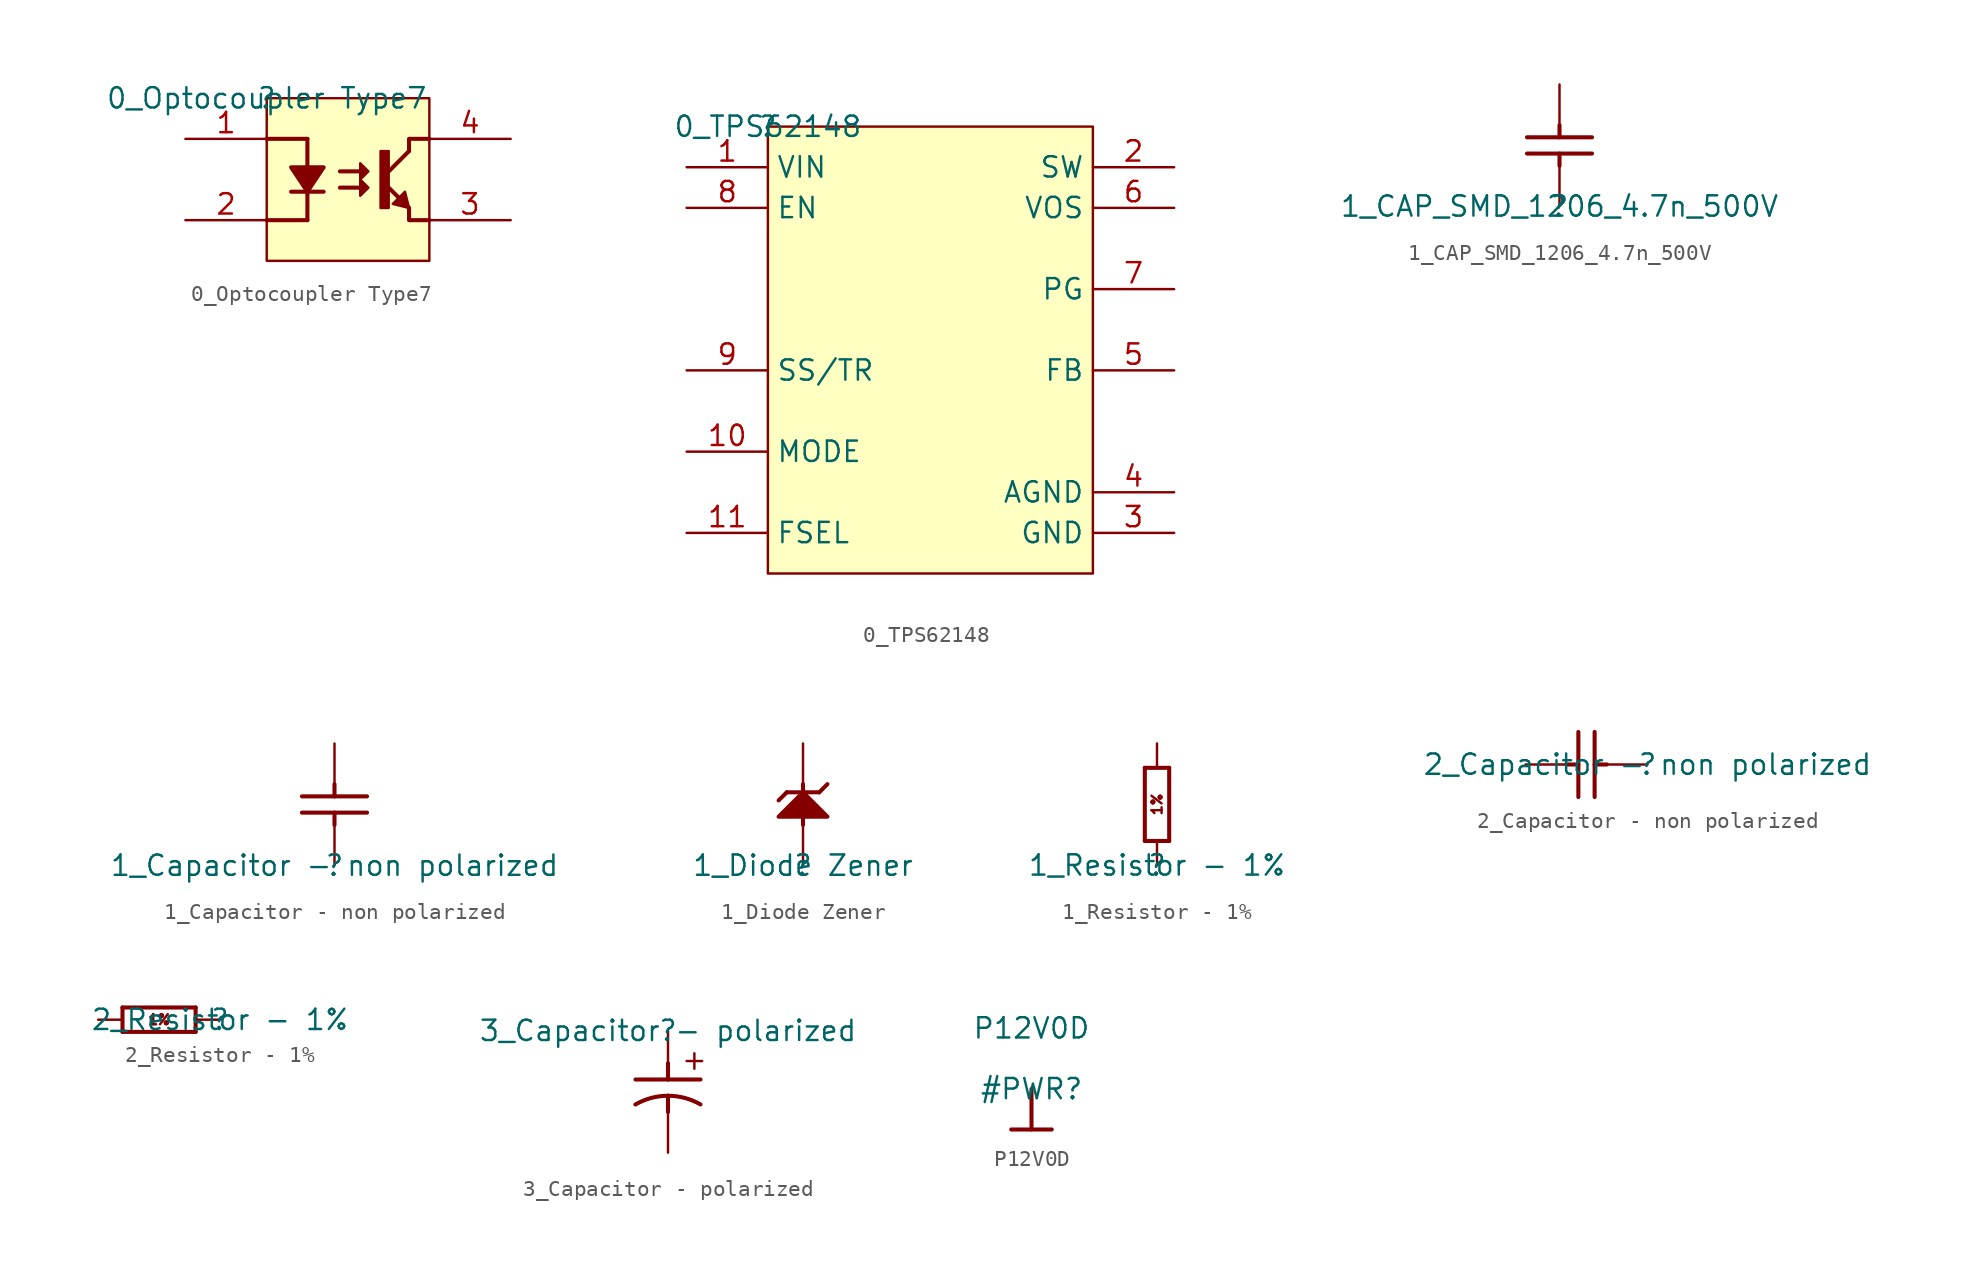
<source format=kicad_sym>
(kicad_symbol_lib
  (version 20220331)
  (generator kicad_symbol_editor)
  (symbol "0_Optocoupler Type7"
    (property "Reference" ""
      (at 0 0 0)
      (effects (font (size 1.27 1.27))))
    (property "Value" "0_Optocoupler Type7"
      (at 0 0 0)
      (effects (font (size 1.27 1.27))))
    (symbol "0_Optocoupler Type7_1_0"
      (polyline (pts (xy 0 -7.62) (xy 2.54 -7.62)) (stroke (width 0.254) (type solid)) (fill (type none)))
      (polyline (pts (xy 0 -2.54) (xy 2.54 -2.54)) (stroke (width 0.254) (type solid)) (fill (type none)))
      (polyline (pts (xy 2.54 -2.54) (xy 2.54 -7.62)) (stroke (width 0.254) (type solid)) (fill (type none)))
      (polyline (pts (xy 3.556 -5.842) (xy 1.524 -5.842)) (stroke (width 0.254) (type solid)) (fill (type none)))
      (polyline (pts (xy 4.572 -5.588) (xy 5.842 -5.588)) (stroke (width 0.254) (type solid)) (fill (type none)))
      (polyline (pts (xy 4.572 -4.572) (xy 5.842 -4.572)) (stroke (width 0.254) (type solid)) (fill (type none)))
      (polyline (pts (xy 7.366 -5.334) (xy 8.89 -6.858)) (stroke (width 0.254) (type solid)) (fill (type none)))
      (polyline (pts (xy 7.366 -4.826) (xy 8.89 -3.302)) (stroke (width 0.254) (type solid)) (fill (type none)))
      (polyline (pts (xy 10.16 -7.62) (xy 8.89 -7.62) (xy 8.89 -6.858)) (stroke (width 0.254) (type solid)) (fill (type none)))
      (polyline (pts (xy 10.16 -2.54) (xy 8.89 -2.54) (xy 8.89 -3.302)) (stroke (width 0.254) (type solid)) (fill (type none)))
      (polyline (pts (xy 1.524 -4.318) (xy 2.54 -5.842) (xy 3.556 -4.318) (xy 1.524 -4.318)) (stroke (width 0.254) (type solid)) (fill (type outline)))
      (polyline (pts (xy 5.842 -5.08) (xy 5.842 -6.096) (xy 6.35 -5.588) (xy 5.842 -5.08)) (stroke (width 0) (type solid)) (fill (type outline)))
      (polyline (pts (xy 5.842 -4.064) (xy 5.842 -5.08) (xy 6.35 -4.572) (xy 5.842 -4.064)) (stroke (width 0) (type solid)) (fill (type outline)))
      (polyline (pts (xy 8.636 -5.842) (xy 7.874 -6.604) (xy 8.89 -6.858) (xy 8.636 -5.842)) (stroke (width 0) (type solid)) (fill (type outline)))
      (polyline (pts (xy 7.112 -6.858) (xy 7.62 -6.858) (xy 7.62 -3.302) (xy 7.112 -3.302) (xy 7.112 -6.858)) (stroke (width 0) (type solid)) (fill (type outline)))
      (rectangle (start 10.16 0) (end 0 -10.16) (stroke (width 0) (type solid)) (fill (type background)))
      (pin input line (at -5.08 -2.54 0) (length 5.08) (name "A" (effects (font (size 0 0)))) (number "1" (effects (font (size 1.27 1.27)))))
      (pin input line (at -5.08 -7.62 0) (length 5.08) (name "C" (effects (font (size 0 0)))) (number "2" (effects (font (size 1.27 1.27)))))
      (pin open_emitter line (at 15.24 -7.62 180) (length 5.08) (name "E" (effects (font (size 0 0)))) (number "3" (effects (font (size 1.27 1.27)))))
      (pin open_collector line (at 15.24 -2.54 180) (length 5.08) (name "C" (effects (font (size 0 0)))) (number "4" (effects (font (size 1.27 1.27)))))))
  (symbol "0_TPS62148"
    (property "Reference" ""
      (at 0 0 0)
      (effects (font (size 1.27 1.27))))
    (property "Value" "0_TPS62148"
      (at 0 0 0)
      (effects (font (size 1.27 1.27))))
    (symbol "0_TPS62148_1_0"
      (rectangle (start 20.32 0) (end 0 -27.94) (stroke (width 0) (type solid)) (fill (type background)))
      (pin input line (at -5.08 -2.54 0) (length 5.08) (name "VIN" (effects (font (size 1.27 1.27)))) (number "1" (effects (font (size 1.27 1.27)))))
      (pin input line (at -5.08 -20.32 0) (length 5.08) (name "MODE" (effects (font (size 1.27 1.27)))) (number "10" (effects (font (size 1.27 1.27)))))
      (pin input line (at -5.08 -25.4 0) (length 5.08) (name "FSEL" (effects (font (size 1.27 1.27)))) (number "11" (effects (font (size 1.27 1.27)))))
      (pin output line (at 25.4 -2.54 180) (length 5.08) (name "SW" (effects (font (size 1.27 1.27)))) (number "2" (effects (font (size 1.27 1.27)))))
      (pin power_in line (at 25.4 -25.4 180) (length 5.08) (name "GND" (effects (font (size 1.27 1.27)))) (number "3" (effects (font (size 1.27 1.27)))))
      (pin power_in line (at 25.4 -22.86 180) (length 5.08) (name "AGND" (effects (font (size 1.27 1.27)))) (number "4" (effects (font (size 1.27 1.27)))))
      (pin input line (at 25.4 -15.24 180) (length 5.08) (name "FB" (effects (font (size 1.27 1.27)))) (number "5" (effects (font (size 1.27 1.27)))))
      (pin input line (at 25.4 -5.08 180) (length 5.08) (name "VOS" (effects (font (size 1.27 1.27)))) (number "6" (effects (font (size 1.27 1.27)))))
      (pin output line (at 25.4 -10.16 180) (length 5.08) (name "PG" (effects (font (size 1.27 1.27)))) (number "7" (effects (font (size 1.27 1.27)))))
      (pin input line (at -5.08 -5.08 0) (length 5.08) (name "EN" (effects (font (size 1.27 1.27)))) (number "8" (effects (font (size 1.27 1.27)))))
      (pin input line (at -5.08 -15.24 0) (length 5.08) (name "SS/TR" (effects (font (size 1.27 1.27)))) (number "9" (effects (font (size 1.27 1.27)))))))
  (symbol "1_CAP_SMD_1206_4.7n_500V"
    (property "Reference" ""
      (at 0 0 0)
      (effects (font (size 1.27 1.27))))
    (property "Value" "1_CAP_SMD_1206_4.7n_500V"
      (at 0 0 0)
      (effects (font (size 1.27 1.27))))
    (symbol "1_CAP_SMD_1206_4.7n_500V_1_0"
      (polyline (pts (xy -2.032 4.318) (xy 2.032 4.318)) (stroke (width 0.254) (type solid)) (fill (type none)))
      (polyline (pts (xy 0 2.54) (xy 0 3.302)) (stroke (width 0.254) (type solid)) (fill (type none)))
      (polyline (pts (xy 0 5.08) (xy 0 4.318)) (stroke (width 0.254) (type solid)) (fill (type none)))
      (polyline (pts (xy 2.032 3.302) (xy -2.032 3.302)) (stroke (width 0.254) (type solid)) (fill (type none)))
      (pin passive line (at 0 0 90) (length 2.54) (name "1" (effects (font (size 0 0)))) (number "1" (effects (font (size 0 0)))))
      (pin passive line (at 0 7.62 270) (length 2.54) (name "2" (effects (font (size 0 0)))) (number "2" (effects (font (size 0 0)))))))
  (symbol "1_Capacitor - non polarized"
    (property "Reference" ""
      (at 0 0 0)
      (effects (font (size 1.27 1.27))))
    (property "Value" "1_Capacitor - non polarized"
      (at 0 0 0)
      (effects (font (size 1.27 1.27))))
    (symbol "1_Capacitor - non polarized_1_0"
      (polyline (pts (xy -2.032 4.318) (xy 2.032 4.318)) (stroke (width 0.254) (type solid)) (fill (type none)))
      (polyline (pts (xy 0 2.54) (xy 0 3.302)) (stroke (width 0.254) (type solid)) (fill (type none)))
      (polyline (pts (xy 0 5.08) (xy 0 4.318)) (stroke (width 0.254) (type solid)) (fill (type none)))
      (polyline (pts (xy 2.032 3.302) (xy -2.032 3.302)) (stroke (width 0.254) (type solid)) (fill (type none)))
      (pin passive line (at 0 0 90) (length 2.54) (name "1" (effects (font (size 0 0)))) (number "1" (effects (font (size 0 0)))))
      (pin passive line (at 0 7.62 270) (length 2.54) (name "2" (effects (font (size 0 0)))) (number "2" (effects (font (size 0 0)))))))
  (symbol "1_Diode Zener"
    (property "Reference" ""
      (at 0 0 0)
      (effects (font (size 1.27 1.27))))
    (property "Value" "1_Diode Zener"
      (at 0 0 0)
      (effects (font (size 1.27 1.27))))
    (symbol "1_Diode Zener_1_0"
      (polyline (pts (xy -1.016 4.572) (xy -1.524 4.064)) (stroke (width 0.254) (type solid)) (fill (type none)))
      (polyline (pts (xy -1.016 4.572) (xy 1.016 4.572)) (stroke (width 0.254) (type solid)) (fill (type none)))
      (polyline (pts (xy 0 2.54) (xy 0 5.08)) (stroke (width 0.254) (type solid)) (fill (type none)))
      (polyline (pts (xy 1.524 5.08) (xy 1.016 4.572)) (stroke (width 0.254) (type solid)) (fill (type none)))
      (polyline (pts (xy 1.524 3.048) (xy 0 4.572) (xy -1.524 3.048) (xy 1.524 3.048)) (stroke (width 0.254) (type solid)) (fill (type outline)))
      (pin passive line (at 0 7.62 270) (length 2.54) (name "C" (effects (font (size 0 0)))) (number "1" (effects (font (size 0 0)))))
      (pin passive line (at 0 0 90) (length 2.54) (name "A" (effects (font (size 0 0)))) (number "2" (effects (font (size 0 0)))))))
  (symbol "1_Resistor - 1%"
    (property "Reference" ""
      (at 0 0 0)
      (effects (font (size 1.27 1.27))))
    (property "Value" "1_Resistor - 1%"
      (at 0 0 0)
      (effects (font (size 1.27 1.27))))
    (symbol "1_Resistor - 1%_1_0"
      (polyline (pts (xy -0.762 1.524) (xy 0.762 1.524)) (stroke (width 0.254) (type solid)) (fill (type none)))
      (polyline (pts (xy -0.762 6.096) (xy -0.762 1.524)) (stroke (width 0.254) (type solid)) (fill (type none)))
      (polyline (pts (xy 0.762 1.524) (xy 0.762 6.096)) (stroke (width 0.254) (type solid)) (fill (type none)))
      (polyline (pts (xy 0.762 6.096) (xy -0.762 6.096)) (stroke (width 0.254) (type solid)) (fill (type none)))
      (text "1%" (at 0 3.81 900) (effects (font (size 0.635 0.635))))
      (pin passive line (at 0 0 90) (length 1.524) (name "1" (effects (font (size 0 0)))) (number "1" (effects (font (size 0 0)))))
      (pin passive line (at 0 7.62 270) (length 1.524) (name "2" (effects (font (size 0 0)))) (number "2" (effects (font (size 0 0)))))))
  (symbol "2_Capacitor - non polarized"
    (property "Reference" ""
      (at 0 0 0)
      (effects (font (size 1.27 1.27))))
    (property "Value" "2_Capacitor - non polarized"
      (at 0 0 0)
      (effects (font (size 1.27 1.27))))
    (symbol "2_Capacitor - non polarized_1_0"
      (polyline (pts (xy -5.08 0) (xy -4.318 0)) (stroke (width 0.254) (type solid)) (fill (type none)))
      (polyline (pts (xy -4.318 -2.032) (xy -4.318 2.032)) (stroke (width 0.254) (type solid)) (fill (type none)))
      (polyline (pts (xy -3.302 2.032) (xy -3.302 -2.032)) (stroke (width 0.254) (type solid)) (fill (type none)))
      (polyline (pts (xy -2.54 0) (xy -3.302 0)) (stroke (width 0.254) (type solid)) (fill (type none)))
      (pin passive line (at 0 0 180) (length 2.54) (name "1" (effects (font (size 0 0)))) (number "1" (effects (font (size 0 0)))))
      (pin passive line (at -7.62 0 0) (length 2.54) (name "2" (effects (font (size 0 0)))) (number "2" (effects (font (size 0 0)))))))
  (symbol "2_Resistor - 1%"
    (property "Reference" ""
      (at 0 0 0)
      (effects (font (size 1.27 1.27))))
    (property "Value" "2_Resistor - 1%"
      (at 0 0 0)
      (effects (font (size 1.27 1.27))))
    (symbol "2_Resistor - 1%_1_0"
      (polyline (pts (xy -6.096 -0.762) (xy -1.524 -0.762)) (stroke (width 0.254) (type solid)) (fill (type none)))
      (polyline (pts (xy -6.096 0.762) (xy -6.096 -0.762)) (stroke (width 0.254) (type solid)) (fill (type none)))
      (polyline (pts (xy -1.524 -0.762) (xy -1.524 0.762)) (stroke (width 0.254) (type solid)) (fill (type none)))
      (polyline (pts (xy -1.524 0.762) (xy -6.096 0.762)) (stroke (width 0.254) (type solid)) (fill (type none)))
      (text "1%" (at -3.81 0 0) (effects (font (size 0.635 0.635))))
      (pin passive line (at 0 0 180) (length 1.524) (name "1" (effects (font (size 0 0)))) (number "1" (effects (font (size 0 0)))))
      (pin passive line (at -7.62 0 0) (length 1.524) (name "2" (effects (font (size 0 0)))) (number "2" (effects (font (size 0 0)))))))
  (symbol "3_Capacitor - polarized"
    (property "Reference" ""
      (at 0 0 0)
      (effects (font (size 1.27 1.27))))
    (property "Value" "3_Capacitor - polarized"
      (at 0 0 0)
      (effects (font (size 1.27 1.27))))
    (symbol "3_Capacitor - polarized_1_0"
      (arc (start 0 -4.064) (mid -1.0553 -4.2034) (end -2.0382 -4.6121) (stroke (width 0.254) (type solid)) (fill (type none)))
      (polyline (pts (xy 0 -4.064) (xy 0 -5.08)) (stroke (width 0.254) (type solid)) (fill (type none)))
      (polyline (pts (xy 0 -2.032) (xy 0 -3.048)) (stroke (width 0.254) (type solid)) (fill (type none)))
      (polyline (pts (xy 2.032 -3.048) (xy -2.032 -3.048)) (stroke (width 0.254) (type solid)) (fill (type none)))
      (arc (start 2.0298 -4.6072) (mid 1.0506 -4.2021) (end 0 -4.064) (stroke (width 0.254) (type solid)) (fill (type none)))
      (text "+" (at 0.762 -2.54 0) (effects (font (size 1.27 1.27)) (justify left bottom)))
      (pin passive line (at 0 0 270) (length 2.54) (name "1" (effects (font (size 0 0)))) (number "1" (effects (font (size 0 0)))))
      (pin passive line (at 0 -7.62 90) (length 2.54) (name "2" (effects (font (size 0 0)))) (number "2" (effects (font (size 0 0)))))))
  (symbol "P12V0D"
    (power)
    (property "Reference" "#PWR"
      (at 0 0 0)
      (effects (font (size 1.27 1.27))))
    (property "Value" "P12V0D"
      (at 0 3.81 0)
      (effects (font (size 1.27 1.27))))
    (symbol "P12V0D_0_0"
      (polyline (pts (xy -1.27 -2.54) (xy 1.27 -2.54)) (stroke (width 0.254) (type solid)) (fill (type none)))
      (polyline (pts (xy 0 0) (xy 0 -2.54)) (stroke (width 0.254) (type solid)) (fill (type none)))
      (pin power_in line (at 0 0 0) (length 0) hide (name "P12V0D" (effects (font (size 1.27 1.27)))) (number "" (effects (font (size 1.27 1.27))))))))
</source>
